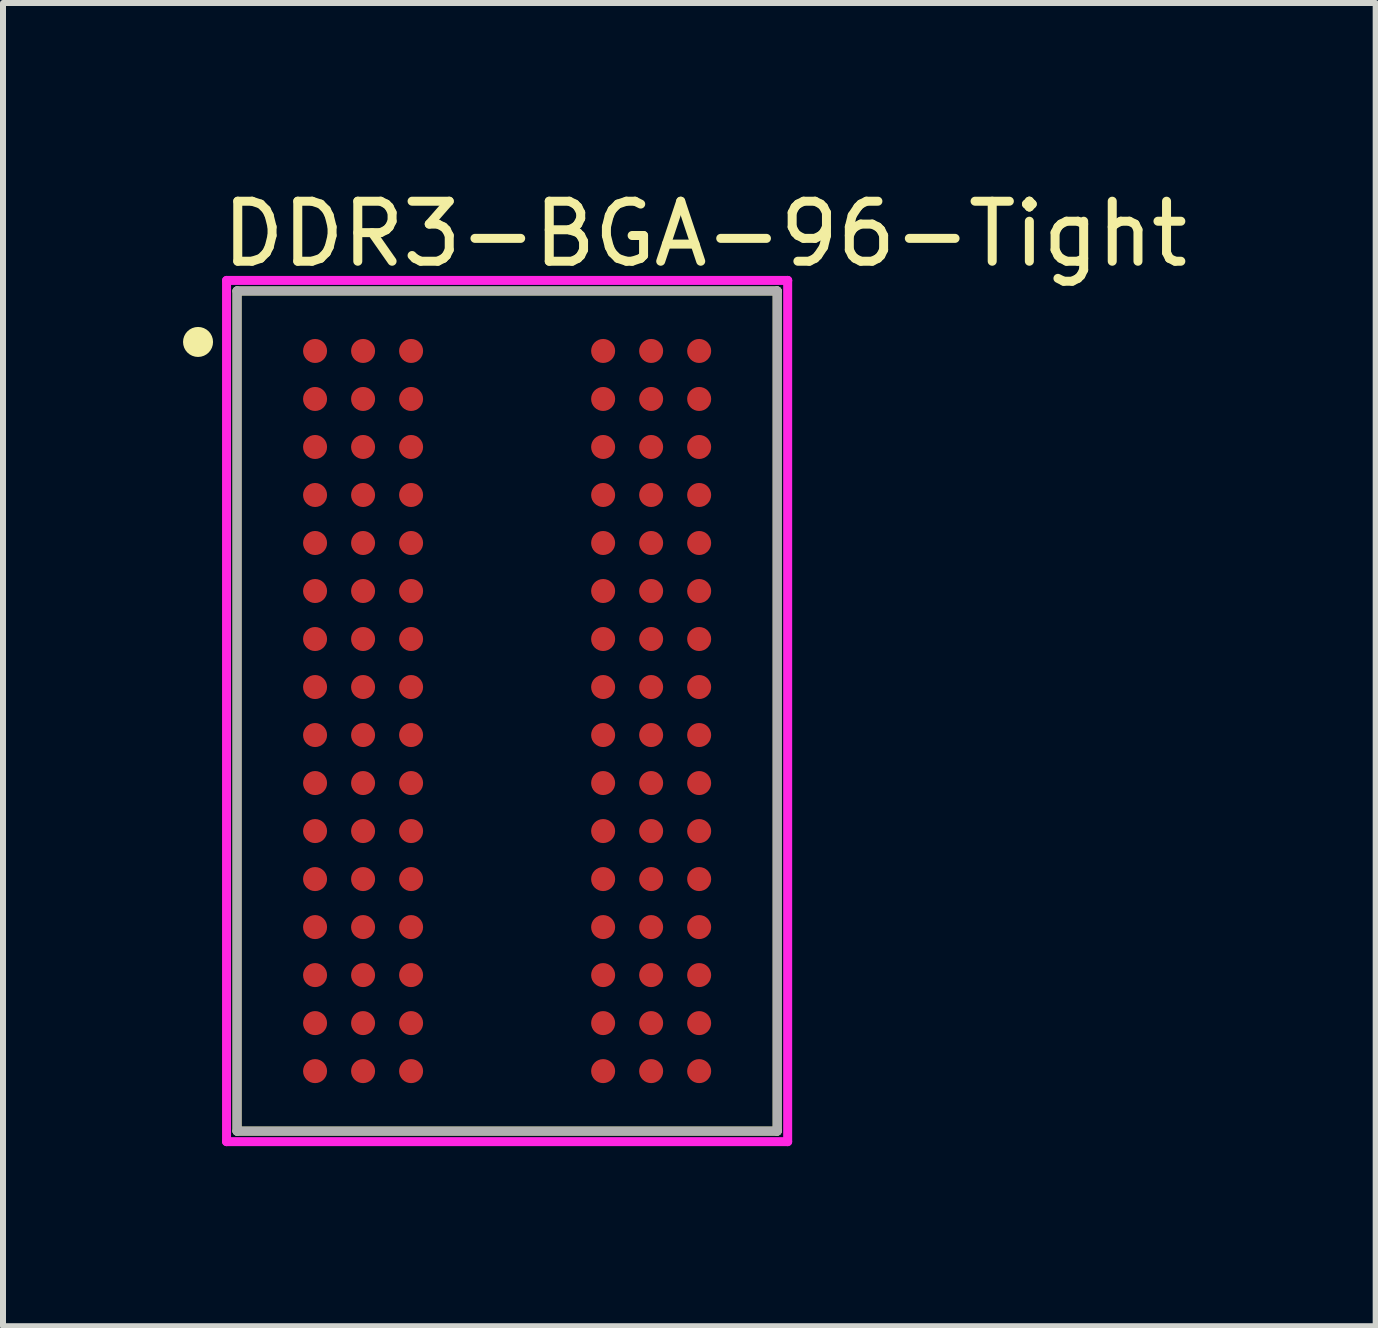
<source format=kicad_pcb>
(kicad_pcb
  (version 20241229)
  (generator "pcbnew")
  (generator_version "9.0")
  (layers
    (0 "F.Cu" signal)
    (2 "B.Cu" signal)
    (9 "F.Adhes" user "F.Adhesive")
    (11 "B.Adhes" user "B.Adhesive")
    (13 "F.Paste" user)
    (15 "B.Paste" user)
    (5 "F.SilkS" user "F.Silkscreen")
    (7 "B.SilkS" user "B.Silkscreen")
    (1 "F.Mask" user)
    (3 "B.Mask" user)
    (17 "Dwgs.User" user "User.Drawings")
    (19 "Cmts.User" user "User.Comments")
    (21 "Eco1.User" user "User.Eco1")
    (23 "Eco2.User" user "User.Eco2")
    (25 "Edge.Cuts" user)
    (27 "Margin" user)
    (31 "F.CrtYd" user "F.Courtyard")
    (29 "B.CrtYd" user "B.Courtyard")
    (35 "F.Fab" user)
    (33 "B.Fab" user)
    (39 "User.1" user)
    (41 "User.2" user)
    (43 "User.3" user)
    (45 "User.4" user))
  (footprint "DDR3-BGA-96-Tight"
    (layer "F.Cu")
    (at 5.4 8.798)
    (property "Reference" "DDR3-BGA-96-Tight" (at -4.825 -7.95 0) (layer "F.SilkS") (effects (font (size 1 1) (thickness 0.15)) (justify left)))
    (attr through_hole)
    (fp_line (start -4.5 -7) (end 4.5 -7) (stroke (width 0.15) (type solid)) (layer "F.SilkS"))
    (fp_line (start -4.5 7) (end -4.5 -7) (stroke (width 0.15) (type solid)) (layer "F.SilkS"))
    (fp_line (start 4.5 -7) (end 4.5 7) (stroke (width 0.15) (type solid)) (layer "F.SilkS"))
    (fp_line (start 4.5 7) (end -4.5 7) (stroke (width 0.15) (type solid)) (layer "F.SilkS"))
    (fp_circle (center -5.15 -6.15) (end -5.025 -6.15) (stroke (width 0.25) (type solid)) (fill no) (layer "F.SilkS"))
    (fp_line (start -4.675 -7.175) (end -4.675 7.175) (stroke (width 0.15) (type solid)) (layer "F.CrtYd"))
    (fp_line (start -4.675 7.175) (end 4.675 7.175) (stroke (width 0.15) (type solid)) (layer "F.CrtYd"))
    (fp_line (start 4.675 -7.175) (end -4.675 -7.175) (stroke (width 0.15) (type solid)) (layer "F.CrtYd"))
    (fp_line (start 4.675 -7.175) (end 4.675 -7.175) (stroke (width 0.15) (type solid)) (layer "F.CrtYd"))
    (fp_line (start 4.675 7.175) (end 4.675 -7.175) (stroke (width 0.15) (type solid)) (layer "F.CrtYd"))
    (fp_line (start -4.5 -7) (end 4.5 -7) (stroke (width 0.15) (type solid)) (layer "F.Fab"))
    (fp_line (start -4.5 7) (end -4.5 -7) (stroke (width 0.15) (type solid)) (layer "F.Fab"))
    (fp_line (start 4.5 -7) (end 4.5 7) (stroke (width 0.15) (type solid)) (layer "F.Fab"))
    (fp_line (start 4.5 7) (end -4.5 7) (stroke (width 0.15) (type solid)) (layer "F.Fab"))
    (pad "A1" smd circle (at -3.2 -6) (size 0.4 0.4) (layers "F.Cu" "F.Mask" "F.Paste"))
    (pad "A2" smd circle (at -2.4 -6) (size 0.4 0.4) (layers "F.Cu" "F.Mask" "F.Paste"))
    (pad "A3" smd circle (at -1.6 -6) (size 0.4 0.4) (layers "F.Cu" "F.Mask" "F.Paste"))
    (pad "A7" smd circle (at 1.6 -6) (size 0.4 0.4) (layers "F.Cu" "F.Mask" "F.Paste"))
    (pad "A8" smd circle (at 2.4 -6) (size 0.4 0.4) (layers "F.Cu" "F.Mask" "F.Paste"))
    (pad "A9" smd circle (at 3.2 -6) (size 0.4 0.4) (layers "F.Cu" "F.Mask" "F.Paste"))
    (pad "B1" smd circle (at -3.2 -5.2) (size 0.4 0.4) (layers "F.Cu" "F.Mask" "F.Paste"))
    (pad "B2" smd circle (at -2.4 -5.2) (size 0.4 0.4) (layers "F.Cu" "F.Mask" "F.Paste"))
    (pad "B3" smd circle (at -1.6 -5.2) (size 0.4 0.4) (layers "F.Cu" "F.Mask" "F.Paste"))
    (pad "B7" smd circle (at 1.6 -5.2) (size 0.4 0.4) (layers "F.Cu" "F.Mask" "F.Paste"))
    (pad "B8" smd circle (at 2.4 -5.2) (size 0.4 0.4) (layers "F.Cu" "F.Mask" "F.Paste"))
    (pad "B9" smd circle (at 3.2 -5.2) (size 0.4 0.4) (layers "F.Cu" "F.Mask" "F.Paste"))
    (pad "C1" smd circle (at -3.2 -4.4) (size 0.4 0.4) (layers "F.Cu" "F.Mask" "F.Paste"))
    (pad "C2" smd circle (at -2.4 -4.4) (size 0.4 0.4) (layers "F.Cu" "F.Mask" "F.Paste"))
    (pad "C3" smd circle (at -1.6 -4.4) (size 0.4 0.4) (layers "F.Cu" "F.Mask" "F.Paste"))
    (pad "C7" smd circle (at 1.6 -4.4) (size 0.4 0.4) (layers "F.Cu" "F.Mask" "F.Paste"))
    (pad "C8" smd circle (at 2.4 -4.4) (size 0.4 0.4) (layers "F.Cu" "F.Mask" "F.Paste"))
    (pad "C9" smd circle (at 3.2 -4.4) (size 0.4 0.4) (layers "F.Cu" "F.Mask" "F.Paste"))
    (pad "D1" smd circle (at -3.2 -3.6) (size 0.4 0.4) (layers "F.Cu" "F.Mask" "F.Paste"))
    (pad "D2" smd circle (at -2.4 -3.6) (size 0.4 0.4) (layers "F.Cu" "F.Mask" "F.Paste"))
    (pad "D3" smd circle (at -1.6 -3.6) (size 0.4 0.4) (layers "F.Cu" "F.Mask" "F.Paste"))
    (pad "D7" smd circle (at 1.6 -3.6) (size 0.4 0.4) (layers "F.Cu" "F.Mask" "F.Paste"))
    (pad "D8" smd circle (at 2.4 -3.6) (size 0.4 0.4) (layers "F.Cu" "F.Mask" "F.Paste"))
    (pad "D9" smd circle (at 3.2 -3.6) (size 0.4 0.4) (layers "F.Cu" "F.Mask" "F.Paste"))
    (pad "E1" smd circle (at -3.2 -2.8) (size 0.4 0.4) (layers "F.Cu" "F.Mask" "F.Paste"))
    (pad "E2" smd circle (at -2.4 -2.8) (size 0.4 0.4) (layers "F.Cu" "F.Mask" "F.Paste"))
    (pad "E3" smd circle (at -1.6 -2.8) (size 0.4 0.4) (layers "F.Cu" "F.Mask" "F.Paste"))
    (pad "E7" smd circle (at 1.6 -2.8) (size 0.4 0.4) (layers "F.Cu" "F.Mask" "F.Paste"))
    (pad "E8" smd circle (at 2.4 -2.8) (size 0.4 0.4) (layers "F.Cu" "F.Mask" "F.Paste"))
    (pad "E9" smd circle (at 3.2 -2.8) (size 0.4 0.4) (layers "F.Cu" "F.Mask" "F.Paste"))
    (pad "F1" smd circle (at -3.2 -2) (size 0.4 0.4) (layers "F.Cu" "F.Mask" "F.Paste"))
    (pad "F2" smd circle (at -2.4 -2) (size 0.4 0.4) (layers "F.Cu" "F.Mask" "F.Paste"))
    (pad "F3" smd circle (at -1.6 -2) (size 0.4 0.4) (layers "F.Cu" "F.Mask" "F.Paste"))
    (pad "F7" smd circle (at 1.6 -2) (size 0.4 0.4) (layers "F.Cu" "F.Mask" "F.Paste"))
    (pad "F8" smd circle (at 2.4 -2) (size 0.4 0.4) (layers "F.Cu" "F.Mask" "F.Paste"))
    (pad "F9" smd circle (at 3.2 -2) (size 0.4 0.4) (layers "F.Cu" "F.Mask" "F.Paste"))
    (pad "G1" smd circle (at -3.2 -1.2) (size 0.4 0.4) (layers "F.Cu" "F.Mask" "F.Paste"))
    (pad "G2" smd circle (at -2.4 -1.2) (size 0.4 0.4) (layers "F.Cu" "F.Mask" "F.Paste"))
    (pad "G3" smd circle (at -1.6 -1.2) (size 0.4 0.4) (layers "F.Cu" "F.Mask" "F.Paste"))
    (pad "G7" smd circle (at 1.6 -1.2) (size 0.4 0.4) (layers "F.Cu" "F.Mask" "F.Paste"))
    (pad "G8" smd circle (at 2.4 -1.2) (size 0.4 0.4) (layers "F.Cu" "F.Mask" "F.Paste"))
    (pad "G9" smd circle (at 3.2 -1.2) (size 0.4 0.4) (layers "F.Cu" "F.Mask" "F.Paste"))
    (pad "H1" smd circle (at -3.2 -0.4) (size 0.4 0.4) (layers "F.Cu" "F.Mask" "F.Paste"))
    (pad "H2" smd circle (at -2.4 -0.4) (size 0.4 0.4) (layers "F.Cu" "F.Mask" "F.Paste"))
    (pad "H3" smd circle (at -1.6 -0.4) (size 0.4 0.4) (layers "F.Cu" "F.Mask" "F.Paste"))
    (pad "H7" smd circle (at 1.6 -0.4) (size 0.4 0.4) (layers "F.Cu" "F.Mask" "F.Paste"))
    (pad "H8" smd circle (at 2.4 -0.4) (size 0.4 0.4) (layers "F.Cu" "F.Mask" "F.Paste"))
    (pad "H9" smd circle (at 3.2 -0.4) (size 0.4 0.4) (layers "F.Cu" "F.Mask" "F.Paste"))
    (pad "J1" smd circle (at -3.2 0.4) (size 0.4 0.4) (layers "F.Cu" "F.Mask" "F.Paste"))
    (pad "J2" smd circle (at -2.4 0.4) (size 0.4 0.4) (layers "F.Cu" "F.Mask" "F.Paste"))
    (pad "J3" smd circle (at -1.6 0.4) (size 0.4 0.4) (layers "F.Cu" "F.Mask" "F.Paste"))
    (pad "J7" smd circle (at 1.6 0.4) (size 0.4 0.4) (layers "F.Cu" "F.Mask" "F.Paste"))
    (pad "J8" smd circle (at 2.4 0.4) (size 0.4 0.4) (layers "F.Cu" "F.Mask" "F.Paste"))
    (pad "J9" smd circle (at 3.2 0.4) (size 0.4 0.4) (layers "F.Cu" "F.Mask" "F.Paste"))
    (pad "K1" smd circle (at -3.2 1.2) (size 0.4 0.4) (layers "F.Cu" "F.Mask" "F.Paste"))
    (pad "K2" smd circle (at -2.4 1.2) (size 0.4 0.4) (layers "F.Cu" "F.Mask" "F.Paste"))
    (pad "K3" smd circle (at -1.6 1.2) (size 0.4 0.4) (layers "F.Cu" "F.Mask" "F.Paste"))
    (pad "K7" smd circle (at 1.6 1.2) (size 0.4 0.4) (layers "F.Cu" "F.Mask" "F.Paste"))
    (pad "K8" smd circle (at 2.4 1.2) (size 0.4 0.4) (layers "F.Cu" "F.Mask" "F.Paste"))
    (pad "K9" smd circle (at 3.2 1.2) (size 0.4 0.4) (layers "F.Cu" "F.Mask" "F.Paste"))
    (pad "L1" smd circle (at -3.2 2) (size 0.4 0.4) (layers "F.Cu" "F.Mask" "F.Paste"))
    (pad "L2" smd circle (at -2.4 2) (size 0.4 0.4) (layers "F.Cu" "F.Mask" "F.Paste"))
    (pad "L3" smd circle (at -1.6 2) (size 0.4 0.4) (layers "F.Cu" "F.Mask" "F.Paste"))
    (pad "L7" smd circle (at 1.6 2) (size 0.4 0.4) (layers "F.Cu" "F.Mask" "F.Paste"))
    (pad "L8" smd circle (at 2.4 2) (size 0.4 0.4) (layers "F.Cu" "F.Mask" "F.Paste"))
    (pad "L9" smd circle (at 3.2 2) (size 0.4 0.4) (layers "F.Cu" "F.Mask" "F.Paste"))
    (pad "M1" smd circle (at -3.2 2.8) (size 0.4 0.4) (layers "F.Cu" "F.Mask" "F.Paste"))
    (pad "M2" smd circle (at -2.4 2.8) (size 0.4 0.4) (layers "F.Cu" "F.Mask" "F.Paste"))
    (pad "M3" smd circle (at -1.6 2.8) (size 0.4 0.4) (layers "F.Cu" "F.Mask" "F.Paste"))
    (pad "M7" smd circle (at 1.6 2.8) (size 0.4 0.4) (layers "F.Cu" "F.Mask" "F.Paste"))
    (pad "M8" smd circle (at 2.4 2.8) (size 0.4 0.4) (layers "F.Cu" "F.Mask" "F.Paste"))
    (pad "M9" smd circle (at 3.2 2.8) (size 0.4 0.4) (layers "F.Cu" "F.Mask" "F.Paste"))
    (pad "N1" smd circle (at -3.2 3.6) (size 0.4 0.4) (layers "F.Cu" "F.Mask" "F.Paste"))
    (pad "N2" smd circle (at -2.4 3.6) (size 0.4 0.4) (layers "F.Cu" "F.Mask" "F.Paste"))
    (pad "N3" smd circle (at -1.6 3.6) (size 0.4 0.4) (layers "F.Cu" "F.Mask" "F.Paste"))
    (pad "N7" smd circle (at 1.6 3.6) (size 0.4 0.4) (layers "F.Cu" "F.Mask" "F.Paste"))
    (pad "N8" smd circle (at 2.4 3.6) (size 0.4 0.4) (layers "F.Cu" "F.Mask" "F.Paste"))
    (pad "N9" smd circle (at 3.2 3.6) (size 0.4 0.4) (layers "F.Cu" "F.Mask" "F.Paste"))
    (pad "P1" smd circle (at -3.2 4.4) (size 0.4 0.4) (layers "F.Cu" "F.Mask" "F.Paste"))
    (pad "P2" smd circle (at -2.4 4.4) (size 0.4 0.4) (layers "F.Cu" "F.Mask" "F.Paste"))
    (pad "P3" smd circle (at -1.6 4.4) (size 0.4 0.4) (layers "F.Cu" "F.Mask" "F.Paste"))
    (pad "P7" smd circle (at 1.6 4.4) (size 0.4 0.4) (layers "F.Cu" "F.Mask" "F.Paste"))
    (pad "P8" smd circle (at 2.4 4.4) (size 0.4 0.4) (layers "F.Cu" "F.Mask" "F.Paste"))
    (pad "P9" smd circle (at 3.2 4.4) (size 0.4 0.4) (layers "F.Cu" "F.Mask" "F.Paste"))
    (pad "R1" smd circle (at -3.2 5.2) (size 0.4 0.4) (layers "F.Cu" "F.Mask" "F.Paste"))
    (pad "R2" smd circle (at -2.4 5.2) (size 0.4 0.4) (layers "F.Cu" "F.Mask" "F.Paste"))
    (pad "R3" smd circle (at -1.6 5.2) (size 0.4 0.4) (layers "F.Cu" "F.Mask" "F.Paste"))
    (pad "R7" smd circle (at 1.6 5.2) (size 0.4 0.4) (layers "F.Cu" "F.Mask" "F.Paste"))
    (pad "R8" smd circle (at 2.4 5.2) (size 0.4 0.4) (layers "F.Cu" "F.Mask" "F.Paste"))
    (pad "R9" smd circle (at 3.2 5.2) (size 0.4 0.4) (layers "F.Cu" "F.Mask" "F.Paste"))
    (pad "T1" smd circle (at -3.2 6) (size 0.4 0.4) (layers "F.Cu" "F.Mask" "F.Paste"))
    (pad "T2" smd circle (at -2.4 6) (size 0.4 0.4) (layers "F.Cu" "F.Mask" "F.Paste"))
    (pad "T3" smd circle (at -1.6 6) (size 0.4 0.4) (layers "F.Cu" "F.Mask" "F.Paste"))
    (pad "T7" smd circle (at 1.6 6) (size 0.4 0.4) (layers "F.Cu" "F.Mask" "F.Paste"))
    (pad "T8" smd circle (at 2.4 6) (size 0.4 0.4) (layers "F.Cu" "F.Mask" "F.Paste"))
    (pad "T9" smd circle (at 3.2 6) (size 0.4 0.4) (layers "F.Cu" "F.Mask" "F.Paste")))
  (gr_rect
    (start -3 -3)
    (end 19.873 19.048)
    (stroke (width 0.1) (type default))
    (fill no)
    (layer "Edge.Cuts")))
</source>
